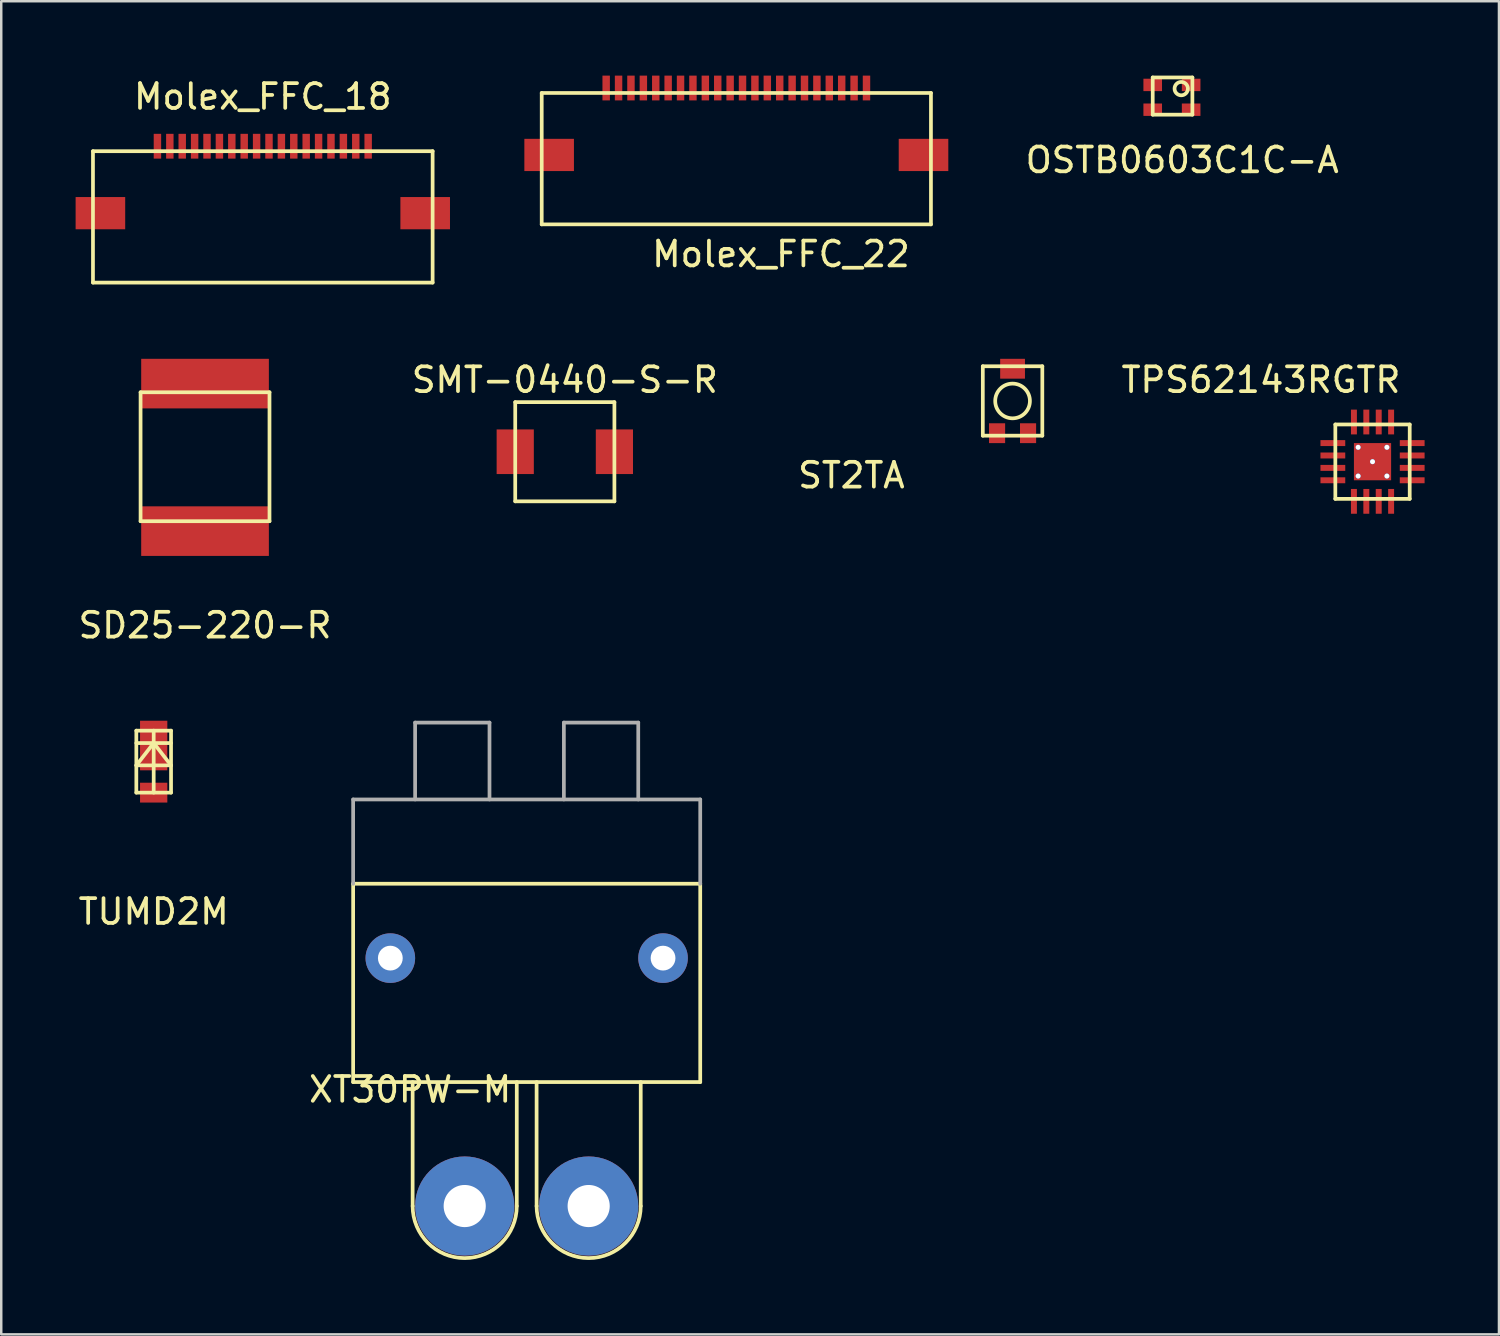
<source format=kicad_pcb>
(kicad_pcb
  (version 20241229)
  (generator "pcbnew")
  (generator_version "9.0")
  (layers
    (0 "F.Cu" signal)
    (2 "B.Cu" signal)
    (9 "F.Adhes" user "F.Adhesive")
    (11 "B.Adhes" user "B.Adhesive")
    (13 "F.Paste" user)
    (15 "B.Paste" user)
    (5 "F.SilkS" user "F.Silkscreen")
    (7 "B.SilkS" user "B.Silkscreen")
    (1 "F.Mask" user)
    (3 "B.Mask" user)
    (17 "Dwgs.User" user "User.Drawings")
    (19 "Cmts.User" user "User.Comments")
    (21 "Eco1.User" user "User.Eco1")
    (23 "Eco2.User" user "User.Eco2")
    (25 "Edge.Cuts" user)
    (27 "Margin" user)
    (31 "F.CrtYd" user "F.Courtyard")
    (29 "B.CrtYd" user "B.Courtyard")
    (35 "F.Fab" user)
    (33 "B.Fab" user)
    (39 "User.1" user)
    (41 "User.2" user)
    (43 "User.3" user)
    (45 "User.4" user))
  (footprint "Molex_FFC_22"
    (layer "F.Cu")
    (at 28.15 1.1)
    (property "Reference" "Molex_FFC_22" (at 0.3 6.1 0) (layer "F.SilkS") (effects (font (size 1 1) (thickness 0.15))))
    (attr through_hole)
    (fp_line (start -9.35 -0.4) (end -9.35 4.9) (stroke (width 0.15) (type solid)) (layer "F.SilkS"))
    (fp_line (start -9.35 4.9) (end 6.35 4.9) (stroke (width 0.15) (type solid)) (layer "F.SilkS"))
    (fp_line (start 6.35 -0.4) (end -9.35 -0.4) (stroke (width 0.15) (type solid)) (layer "F.SilkS"))
    (fp_line (start 6.35 -0.4) (end 6.35 4.9) (stroke (width 0.15) (type solid)) (layer "F.SilkS"))
    (pad "" smd rect (at -9.05 2.1) (size 2 1.3) (layers "F.Cu" "F.Mask" "F.Paste"))
    (pad "" smd rect (at 6.05 2.1) (size 2 1.3) (layers "F.Cu" "F.Mask" "F.Paste"))
    (pad "1" smd rect (at 3.75 -0.6) (size 0.3 1) (layers "F.Cu" "F.Mask" "F.Paste"))
    (pad "2" smd rect (at 3.25 -0.6) (size 0.3 1) (layers "F.Cu" "F.Mask" "F.Paste"))
    (pad "3" smd rect (at 2.75 -0.6) (size 0.3 1) (layers "F.Cu" "F.Mask" "F.Paste"))
    (pad "4" smd rect (at 2.25 -0.6) (size 0.3 1) (layers "F.Cu" "F.Mask" "F.Paste"))
    (pad "5" smd rect (at 1.75 -0.6) (size 0.3 1) (layers "F.Cu" "F.Mask" "F.Paste"))
    (pad "6" smd rect (at 1.25 -0.6) (size 0.3 1) (layers "F.Cu" "F.Mask" "F.Paste"))
    (pad "7" smd rect (at 0.75 -0.6) (size 0.3 1) (layers "F.Cu" "F.Mask" "F.Paste"))
    (pad "8" smd rect (at 0.25 -0.6) (size 0.3 1) (layers "F.Cu" "F.Mask" "F.Paste"))
    (pad "9" smd rect (at -0.25 -0.6) (size 0.3 1) (layers "F.Cu" "F.Mask" "F.Paste"))
    (pad "10" smd rect (at -0.75 -0.6) (size 0.3 1) (layers "F.Cu" "F.Mask" "F.Paste"))
    (pad "11" smd rect (at -1.25 -0.6) (size 0.3 1) (layers "F.Cu" "F.Mask" "F.Paste"))
    (pad "12" smd rect (at -1.75 -0.6) (size 0.3 1) (layers "F.Cu" "F.Mask" "F.Paste"))
    (pad "13" smd rect (at -2.25 -0.6) (size 0.3 1) (layers "F.Cu" "F.Mask" "F.Paste"))
    (pad "14" smd rect (at -2.75 -0.6) (size 0.3 1) (layers "F.Cu" "F.Mask" "F.Paste"))
    (pad "15" smd rect (at -3.25 -0.6) (size 0.3 1) (layers "F.Cu" "F.Mask" "F.Paste"))
    (pad "16" smd rect (at -3.75 -0.6) (size 0.3 1) (layers "F.Cu" "F.Mask" "F.Paste"))
    (pad "17" smd rect (at -4.25 -0.6) (size 0.3 1) (layers "F.Cu" "F.Mask" "F.Paste"))
    (pad "18" smd rect (at -4.75 -0.6) (size 0.3 1) (layers "F.Cu" "F.Mask" "F.Paste"))
    (pad "19" smd rect (at -5.25 -0.6) (size 0.3 1) (layers "F.Cu" "F.Mask" "F.Paste"))
    (pad "20" smd rect (at -5.75 -0.6) (size 0.3 1) (layers "F.Cu" "F.Mask" "F.Paste"))
    (pad "21" smd rect (at -6.25 -0.6) (size 0.3 1) (layers "F.Cu" "F.Mask" "F.Paste"))
    (pad "22" smd rect (at -6.75 -0.6) (size 0.3 1) (layers "F.Cu" "F.Mask" "F.Paste")))
  (footprint "ST2TA"
    (layer "F.Cu")
    (at 37.792 13.123)
    (property "Reference" "ST2TA" (at -6.5 3 0) (layer "F.SilkS") (effects (font (size 1 1) (thickness 0.15))))
    (attr through_hole)
    (fp_line (start -1.2 -1.4) (end 1.2 -1.4) (stroke (width 0.15) (type solid)) (layer "F.SilkS"))
    (fp_line (start -1.2 1.4) (end -1.2 -1.4) (stroke (width 0.15) (type solid)) (layer "F.SilkS"))
    (fp_line (start 1.2 -1.4) (end 1.2 1.4) (stroke (width 0.15) (type solid)) (layer "F.SilkS"))
    (fp_line (start 1.2 1.4) (end -1.2 1.4) (stroke (width 0.15) (type solid)) (layer "F.SilkS"))
    (fp_circle (center 0 0) (end 0.7 0) (stroke (width 0.15) (type solid)) (fill no) (layer "F.SilkS"))
    (pad "1" smd rect (at 0.625 1.3) (size 0.65 0.8) (layers "F.Cu" "F.Mask" "F.Paste"))
    (pad "2" smd rect (at 0 -1.3) (size 1 0.8) (layers "F.Cu" "F.Mask" "F.Paste"))
    (pad "3" smd rect (at -0.625 1.3) (size 0.65 0.8) (layers "F.Cu" "F.Mask" "F.Paste")))
  (footprint "SD25-220-R"
    (layer "F.Cu")
    (at 5.22 18.373)
    (property "Reference" "SD25-220-R" (at 0 3.8 0) (layer "F.SilkS") (effects (font (size 1 1) (thickness 0.15))))
    (attr through_hole)
    (fp_line (start -2.6 -5.6) (end 2.6 -5.6) (stroke (width 0.15) (type solid)) (layer "F.SilkS"))
    (fp_line (start -2.6 -0.4) (end -2.6 -5.6) (stroke (width 0.15) (type solid)) (layer "F.SilkS"))
    (fp_line (start 2.6 -5.6) (end 2.6 -0.4) (stroke (width 0.15) (type solid)) (layer "F.SilkS"))
    (fp_line (start 2.6 -0.4) (end -2.6 -0.4) (stroke (width 0.15) (type solid)) (layer "F.SilkS"))
    (pad "1" smd rect (at 0 0) (size 5.15 2) (layers "F.Cu" "F.Mask" "F.Paste"))
    (pad "2" smd rect (at 0 -5.95) (size 5.15 2) (layers "F.Cu" "F.Mask" "F.Paste")))
  (footprint "Molex_FFC_18"
    (layer "F.Cu")
    (at 7.55 5.748)
    (property "Reference" "Molex_FFC_18" (at 0 -4.9 0) (layer "F.SilkS") (effects (font (size 1 1) (thickness 0.15))))
    (attr through_hole)
    (fp_line (start -6.85 -2.7) (end -6.85 2.6) (stroke (width 0.15) (type solid)) (layer "F.SilkS"))
    (fp_line (start -6.85 2.6) (end 6.85 2.6) (stroke (width 0.15) (type solid)) (layer "F.SilkS"))
    (fp_line (start 6.85 -2.7) (end -6.85 -2.7) (stroke (width 0.15) (type solid)) (layer "F.SilkS"))
    (fp_line (start 6.85 -2.7) (end 6.85 2.6) (stroke (width 0.15) (type solid)) (layer "F.SilkS"))
    (pad "" smd rect (at -6.55 -0.2) (size 2 1.3) (layers "F.Cu" "F.Mask" "F.Paste"))
    (pad "" smd rect (at 6.55 -0.2) (size 2 1.3) (layers "F.Cu" "F.Mask" "F.Paste"))
    (pad "1" smd rect (at 4.25 -2.9) (size 0.3 1) (layers "F.Cu" "F.Mask" "F.Paste"))
    (pad "2" smd rect (at 3.75 -2.9) (size 0.3 1) (layers "F.Cu" "F.Mask" "F.Paste"))
    (pad "3" smd rect (at 3.25 -2.9) (size 0.3 1) (layers "F.Cu" "F.Mask" "F.Paste"))
    (pad "4" smd rect (at 2.75 -2.9) (size 0.3 1) (layers "F.Cu" "F.Mask" "F.Paste"))
    (pad "5" smd rect (at 2.25 -2.9) (size 0.3 1) (layers "F.Cu" "F.Mask" "F.Paste"))
    (pad "6" smd rect (at 1.75 -2.9) (size 0.3 1) (layers "F.Cu" "F.Mask" "F.Paste"))
    (pad "7" smd rect (at 1.25 -2.9) (size 0.3 1) (layers "F.Cu" "F.Mask" "F.Paste"))
    (pad "8" smd rect (at 0.75 -2.9) (size 0.3 1) (layers "F.Cu" "F.Mask" "F.Paste"))
    (pad "9" smd rect (at 0.25 -2.9) (size 0.3 1) (layers "F.Cu" "F.Mask" "F.Paste"))
    (pad "10" smd rect (at -0.25 -2.9) (size 0.3 1) (layers "F.Cu" "F.Mask" "F.Paste"))
    (pad "11" smd rect (at -0.75 -2.9) (size 0.3 1) (layers "F.Cu" "F.Mask" "F.Paste"))
    (pad "12" smd rect (at -1.25 -2.9) (size 0.3 1) (layers "F.Cu" "F.Mask" "F.Paste"))
    (pad "13" smd rect (at -1.75 -2.9) (size 0.3 1) (layers "F.Cu" "F.Mask" "F.Paste"))
    (pad "14" smd rect (at -2.25 -2.9) (size 0.3 1) (layers "F.Cu" "F.Mask" "F.Paste"))
    (pad "15" smd rect (at -2.75 -2.9) (size 0.3 1) (layers "F.Cu" "F.Mask" "F.Paste"))
    (pad "16" smd rect (at -3.25 -2.9) (size 0.3 1) (layers "F.Cu" "F.Mask" "F.Paste"))
    (pad "17" smd rect (at -3.75 -2.9) (size 0.3 1) (layers "F.Cu" "F.Mask" "F.Paste"))
    (pad "18" smd rect (at -4.25 -2.9) (size 0.3 1) (layers "F.Cu" "F.Mask" "F.Paste")))
  (footprint "TPS62143RGTR"
    (layer "F.Cu")
    (at 52.311 15.572)
    (property "Reference" "TPS62143RGTR" (at -4.5 -3.3 0) (layer "F.SilkS") (effects (font (size 1 1) (thickness 0.15))))
    (attr through_hole)
    (fp_line (start -1.5 -1.5) (end 1.5 -1.5) (stroke (width 0.15) (type solid)) (layer "F.SilkS"))
    (fp_line (start -1.5 1.5) (end -1.5 -1.5) (stroke (width 0.15) (type solid)) (layer "F.SilkS"))
    (fp_line (start 1.5 -1.5) (end 1.5 1.5) (stroke (width 0.15) (type solid)) (layer "F.SilkS"))
    (fp_line (start 1.5 1.5) (end -1.5 1.5) (stroke (width 0.15) (type solid)) (layer "F.SilkS"))
    (pad "1" smd rect (at -1.6 -0.75) (size 1 0.24) (layers "F.Cu" "F.Mask" "F.Paste"))
    (pad "2" smd rect (at -1.6 -0.25) (size 1 0.24) (layers "F.Cu" "F.Mask" "F.Paste"))
    (pad "3" smd rect (at -1.6 0.25) (size 1 0.24) (layers "F.Cu" "F.Mask" "F.Paste"))
    (pad "4" smd rect (at -1.6 0.75) (size 1 0.24) (layers "F.Cu" "F.Mask" "F.Paste"))
    (pad "5" smd rect (at -0.75 1.6 90) (size 1 0.24) (layers "F.Cu" "F.Mask" "F.Paste"))
    (pad "6" smd rect (at -0.25 1.6 90) (size 1 0.24) (layers "F.Cu" "F.Mask" "F.Paste"))
    (pad "7" smd rect (at 0.25 1.6 90) (size 1 0.24) (layers "F.Cu" "F.Mask" "F.Paste"))
    (pad "8" smd rect (at 0.75 1.6 90) (size 1 0.24) (layers "F.Cu" "F.Mask" "F.Paste"))
    (pad "9" smd rect (at 1.6 0.75) (size 1 0.24) (layers "F.Cu" "F.Mask" "F.Paste"))
    (pad "10" smd rect (at 1.6 0.25) (size 1 0.24) (layers "F.Cu" "F.Mask" "F.Paste"))
    (pad "11" smd rect (at 1.6 -0.25) (size 1 0.24) (layers "F.Cu" "F.Mask" "F.Paste"))
    (pad "12" smd rect (at 1.6 -0.75) (size 1 0.24) (layers "F.Cu" "F.Mask" "F.Paste"))
    (pad "13" smd rect (at 0.75 -1.6 90) (size 1 0.24) (layers "F.Cu" "F.Mask" "F.Paste"))
    (pad "14" smd rect (at 0.25 -1.6 90) (size 1 0.24) (layers "F.Cu" "F.Mask" "F.Paste"))
    (pad "15" smd rect (at -0.25 -1.6 90) (size 1 0.24) (layers "F.Cu" "F.Mask" "F.Paste"))
    (pad "16" smd rect (at -0.75 -1.6 90) (size 1 0.24) (layers "F.Cu" "F.Mask" "F.Paste"))
    (pad "17" thru_hole circle (at -0.58 -0.58 90) (size 0.21 0.21) (drill 0.2) (layers "*.Cu" "*.Mask"))
    (pad "17" thru_hole circle (at -0.58 0.58 90) (size 0.21 0.21) (drill 0.2) (layers "*.Cu" "*.Mask"))
    (pad "17" thru_hole circle (at 0 0 90) (size 0.21 0.21) (drill 0.2) (layers "*.Cu" "*.Mask"))
    (pad "17" smd rect (at 0 0 90) (size 1.5 1.5) (layers "F.Cu" "F.Mask" "F.Paste"))
    (pad "17" thru_hole circle (at 0.58 -0.58 90) (size 0.21 0.21) (drill 0.2) (layers "*.Cu" "*.Mask"))
    (pad "17" thru_hole circle (at 0.58 0.58 90) (size 0.21 0.21) (drill 0.2) (layers "*.Cu" "*.Mask")))
  (footprint "XT30PW-M"
    (layer "F.Cu")
    (at 15.694 45.596)
    (property "Reference" "XT30PW-M" (at -2.2 -4.7 0) (layer "F.SilkS") (effects (font (size 1 1) (thickness 0.15))))
    (attr through_hole)
    (fp_line (start -4.5 -13) (end -4.5 -5) (stroke (width 0.15) (type solid)) (layer "F.SilkS"))
    (fp_line (start -4.5 -13) (end 9.5 -13) (stroke (width 0.15) (type solid)) (layer "F.SilkS"))
    (fp_line (start -4.5 -5) (end 9.5 -5) (stroke (width 0.15) (type solid)) (layer "F.SilkS"))
    (fp_line (start -2.1 0) (end -2.1 -5) (stroke (width 0.15) (type solid)) (layer "F.SilkS"))
    (fp_line (start 2.1 0) (end 2.1 -5) (stroke (width 0.15) (type solid)) (layer "F.SilkS"))
    (fp_line (start 2.9 0) (end 2.9 -5) (stroke (width 0.15) (type solid)) (layer "F.SilkS"))
    (fp_line (start 7.1 0) (end 7.1 -5) (stroke (width 0.15) (type solid)) (layer "F.SilkS"))
    (fp_line (start 9.5 -13) (end 9.5 -5) (stroke (width 0.15) (type solid)) (layer "F.SilkS"))
    (fp_arc (start 2.1 0) (mid 0 2.1) (end -2.1 0) (stroke (width 0.15) (type solid)) (layer "F.SilkS"))
    (fp_arc (start 7.1 0) (mid 5 2.1) (end 2.9 0) (stroke (width 0.15) (type solid)) (layer "F.SilkS"))
    (fp_line (start -4.5 -13) (end -4.5 -16.4) (stroke (width 0.15) (type solid)) (layer "F.Fab"))
    (fp_line (start -2 -19.5) (end 1 -19.5) (stroke (width 0.15) (type solid)) (layer "F.Fab"))
    (fp_line (start -2 -16.4) (end -2 -19.5) (stroke (width 0.15) (type solid)) (layer "F.Fab"))
    (fp_line (start 1 -16.4) (end 1 -19.5) (stroke (width 0.15) (type solid)) (layer "F.Fab"))
    (fp_line (start 4 -19.5) (end 7 -19.5) (stroke (width 0.15) (type solid)) (layer "F.Fab"))
    (fp_line (start 4 -16.4) (end 4 -19.5) (stroke (width 0.15) (type solid)) (layer "F.Fab"))
    (fp_line (start 7 -16.4) (end 7 -19.5) (stroke (width 0.15) (type solid)) (layer "F.Fab"))
    (fp_line (start 9.5 -16.4) (end -4.5 -16.4) (stroke (width 0.15) (type solid)) (layer "F.Fab"))
    (fp_line (start 9.5 -13) (end 9.5 -16.4) (stroke (width 0.15) (type solid)) (layer "F.Fab"))
    (pad "" thru_hole circle (at -3 -10) (size 2 2) (drill 1) (layers "*.Cu" "*.Mask"))
    (pad "" thru_hole circle (at 8 -10) (size 2 2) (drill 1) (layers "*.Cu" "*.Mask"))
    (pad "1" thru_hole circle (at 5 0) (size 4 4) (drill 1.7) (layers "*.Cu" "*.Mask"))
    (pad "2" thru_hole circle (at 0 0) (size 4 4) (drill 1.7) (layers "*.Cu" "*.Mask")))
  (footprint "TUMD2M"
    (layer "F.Cu")
    (at 3.149 27.721)
    (property "Reference" "TUMD2M" (at 0 6 0) (layer "F.SilkS") (effects (font (size 1 1) (thickness 0.15))))
    (attr through_hole)
    (fp_line (start -0.7 -1.3) (end 0.7 -1.3) (stroke (width 0.15) (type solid)) (layer "F.SilkS"))
    (fp_line (start -0.7 -0.8) (end 0.7 -0.8) (stroke (width 0.15) (type solid)) (layer "F.SilkS"))
    (fp_line (start -0.7 0.1) (end 0.7 0.1) (stroke (width 0.15) (type solid)) (layer "F.SilkS"))
    (fp_line (start -0.7 1.2) (end -0.7 -1.3) (stroke (width 0.15) (type solid)) (layer "F.SilkS"))
    (fp_line (start 0 -1.3) (end 0 1.2) (stroke (width 0.15) (type solid)) (layer "F.SilkS"))
    (fp_line (start 0 -0.8) (end -0.7 0.1) (stroke (width 0.15) (type solid)) (layer "F.SilkS"))
    (fp_line (start 0.7 -1.3) (end 0.7 1.2) (stroke (width 0.15) (type solid)) (layer "F.SilkS"))
    (fp_line (start 0.7 0.1) (end 0 -0.8) (stroke (width 0.15) (type solid)) (layer "F.SilkS"))
    (fp_line (start 0.7 1.2) (end -0.7 1.2) (stroke (width 0.15) (type solid)) (layer "F.SilkS"))
    (pad "1" smd rect (at 0 -0.7) (size 1.1 2) (layers "F.Cu" "F.Mask" "F.Paste"))
    (pad "2" smd rect (at 0 1.2) (size 1.1 0.8) (layers "F.Cu" "F.Mask" "F.Paste")))
  (footprint "SMT-0440-S-R"
    (layer "F.Cu")
    (at 19.732 15.171)
    (property "Reference" "SMT-0440-S-R" (at 0 -2.9 0) (layer "F.SilkS") (effects (font (size 1 1) (thickness 0.15))))
    (attr through_hole)
    (fp_line (start -2 -2) (end 2 -2) (stroke (width 0.15) (type solid)) (layer "F.SilkS"))
    (fp_line (start -2 2) (end -2 -2) (stroke (width 0.15) (type solid)) (layer "F.SilkS"))
    (fp_line (start 2 -2) (end 2 2) (stroke (width 0.15) (type solid)) (layer "F.SilkS"))
    (fp_line (start 2 2) (end -2 2) (stroke (width 0.15) (type solid)) (layer "F.SilkS"))
    (pad "1" smd rect (at 2 0 90) (size 1.8 1.5) (layers "F.Cu" "F.Mask" "F.Paste"))
    (pad "2" smd rect (at -2 0 90) (size 1.8 1.5) (layers "F.Cu" "F.Mask" "F.Paste")))
  (footprint "OSTB0603C1C-A"
    (layer "F.Cu")
    (at 43.445 0.375)
    (property "Reference" "OSTB0603C1C-A" (at 1.19 3.03 0) (layer "F.SilkS") (effects (font (size 1 1) (thickness 0.15))))
    (attr through_hole)
    (fp_line (start 0 -0.3) (end 1.6 -0.3) (stroke (width 0.15) (type solid)) (layer "F.SilkS"))
    (fp_line (start 0 1.2) (end 0 -0.3) (stroke (width 0.15) (type solid)) (layer "F.SilkS"))
    (fp_line (start 1.6 -0.3) (end 1.6 1.2) (stroke (width 0.15) (type solid)) (layer "F.SilkS"))
    (fp_line (start 1.6 1.2) (end 0 1.2) (stroke (width 0.15) (type solid)) (layer "F.SilkS"))
    (fp_circle (center 1.15 0.15) (end 1.4 0.25) (stroke (width 0.15) (type solid)) (fill no) (layer "F.SilkS"))
    (pad "1" smd rect (at 1.55 0) (size 0.75 0.5) (layers "F.Cu" "F.Mask" "F.Paste"))
    (pad "2" smd rect (at 1.55 1) (size 0.75 0.5) (layers "F.Cu" "F.Mask" "F.Paste"))
    (pad "3" smd rect (at 0 0) (size 0.75 0.5) (layers "F.Cu" "F.Mask" "F.Paste"))
    (pad "4" smd rect (at 0 1) (size 0.75 0.5) (layers "F.Cu" "F.Mask" "F.Paste")))
  (gr_rect
    (start -3 -3)
    (end 57.411 50.772)
    (stroke (width 0.1) (type default))
    (fill no)
    (layer "Edge.Cuts")))
</source>
